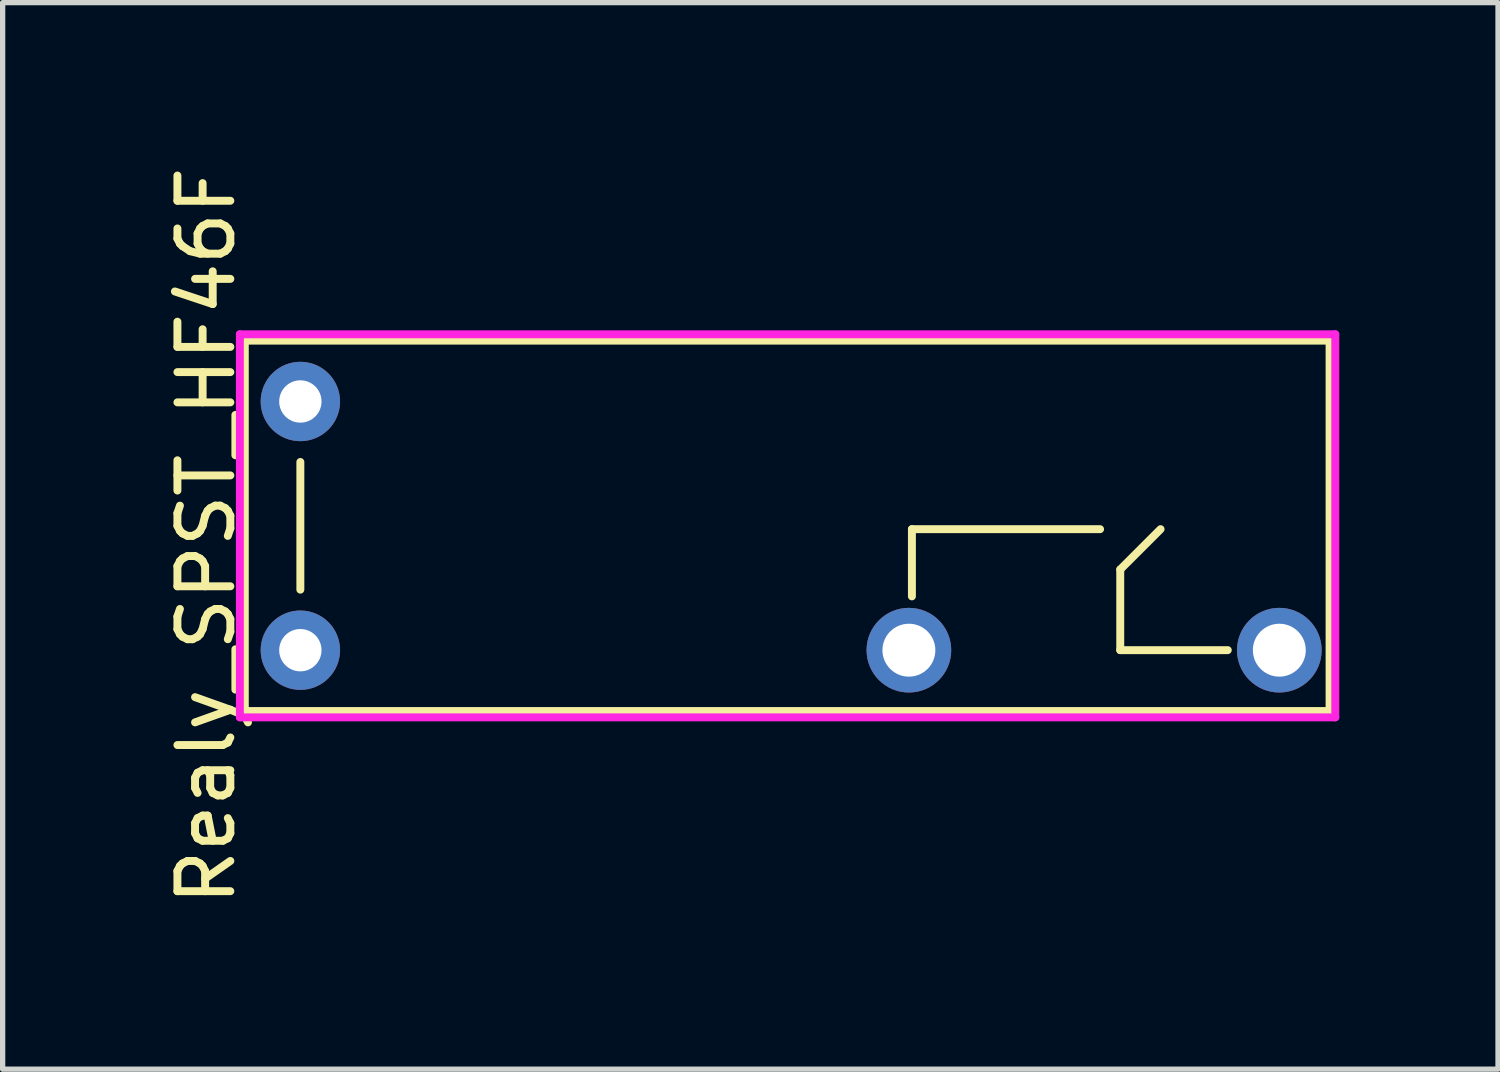
<source format=kicad_pcb>
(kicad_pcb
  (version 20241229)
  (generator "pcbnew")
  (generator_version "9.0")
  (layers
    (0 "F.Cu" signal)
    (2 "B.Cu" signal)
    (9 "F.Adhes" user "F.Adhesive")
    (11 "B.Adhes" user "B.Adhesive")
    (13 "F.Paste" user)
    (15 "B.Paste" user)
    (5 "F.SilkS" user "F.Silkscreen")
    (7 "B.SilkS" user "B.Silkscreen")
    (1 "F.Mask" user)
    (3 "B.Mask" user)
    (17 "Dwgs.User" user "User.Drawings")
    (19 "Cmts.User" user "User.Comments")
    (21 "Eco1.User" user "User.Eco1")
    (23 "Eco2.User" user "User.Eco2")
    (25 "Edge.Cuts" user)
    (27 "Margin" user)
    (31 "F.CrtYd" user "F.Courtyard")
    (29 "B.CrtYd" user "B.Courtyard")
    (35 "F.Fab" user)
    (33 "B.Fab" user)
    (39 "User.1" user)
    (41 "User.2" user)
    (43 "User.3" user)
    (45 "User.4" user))
  (footprint "Realy_SPST_HF46F"
    (layer "F.Cu")
    (at 2.626 4.537)
    (property "Reference" "Realy_SPST_HF46F" (at -1.778 2.54 90) (layer "F.SilkS") (effects (font (size 1 1) (thickness 0.15))))
    (attr through_hole)
    (fp_line (start -1.05 -1.15) (end -1.05 5.85) (stroke (width 0.15) (type solid)) (layer "F.SilkS"))
    (fp_line (start -1.05 -1.15) (end 19.45 -1.15) (stroke (width 0.15) (type solid)) (layer "F.SilkS"))
    (fp_line (start 0 1.143) (end 0 3.556) (stroke (width 0.15) (type solid)) (layer "F.SilkS"))
    (fp_line (start 11.557 2.413) (end 11.557 3.683) (stroke (width 0.15) (type solid)) (layer "F.SilkS"))
    (fp_line (start 11.557 2.413) (end 15.113 2.413) (stroke (width 0.15) (type solid)) (layer "F.SilkS"))
    (fp_line (start 15.494 3.175) (end 15.494 4.699) (stroke (width 0.15) (type solid)) (layer "F.SilkS"))
    (fp_line (start 15.494 3.175) (end 16.256 2.413) (stroke (width 0.15) (type solid)) (layer "F.SilkS"))
    (fp_line (start 17.526 4.699) (end 15.494 4.699) (stroke (width 0.15) (type solid)) (layer "F.SilkS"))
    (fp_line (start 19.45 -1.15) (end 19.45 5.85) (stroke (width 0.15) (type solid)) (layer "F.SilkS"))
    (fp_line (start 19.45 5.85) (end -1.05 5.85) (stroke (width 0.15) (type solid)) (layer "F.SilkS"))
    (fp_line (start -1.143 -1.27) (end 19.558 -1.27) (stroke (width 0.15) (type solid)) (layer "F.CrtYd"))
    (fp_line (start -1.143 5.969) (end -1.143 -1.27) (stroke (width 0.15) (type solid)) (layer "F.CrtYd"))
    (fp_line (start 19.558 -1.27) (end 19.558 5.969) (stroke (width 0.15) (type solid)) (layer "F.CrtYd"))
    (fp_line (start 19.558 5.969) (end -1.143 5.969) (stroke (width 0.15) (type solid)) (layer "F.CrtYd"))
    (pad "1" thru_hole circle (at 0 0) (size 1.5 1.5) (drill 0.8) (layers "*.Cu" "*.Mask"))
    (pad "2" thru_hole circle (at 0 4.7) (size 1.5 1.5) (drill 0.8) (layers "*.Cu" "*.Mask"))
    (pad "3" thru_hole circle (at 11.5 4.7) (size 1.6 1.6) (drill 1) (layers "*.Cu" "*.Mask"))
    (pad "4" thru_hole circle (at 18.5 4.7) (size 1.6 1.6) (drill 1) (layers "*.Cu" "*.Mask")))
  (gr_rect
    (start -3 -3)
    (end 25.259 17.155)
    (stroke (width 0.1) (type default))
    (fill no)
    (layer "Edge.Cuts")))
</source>
